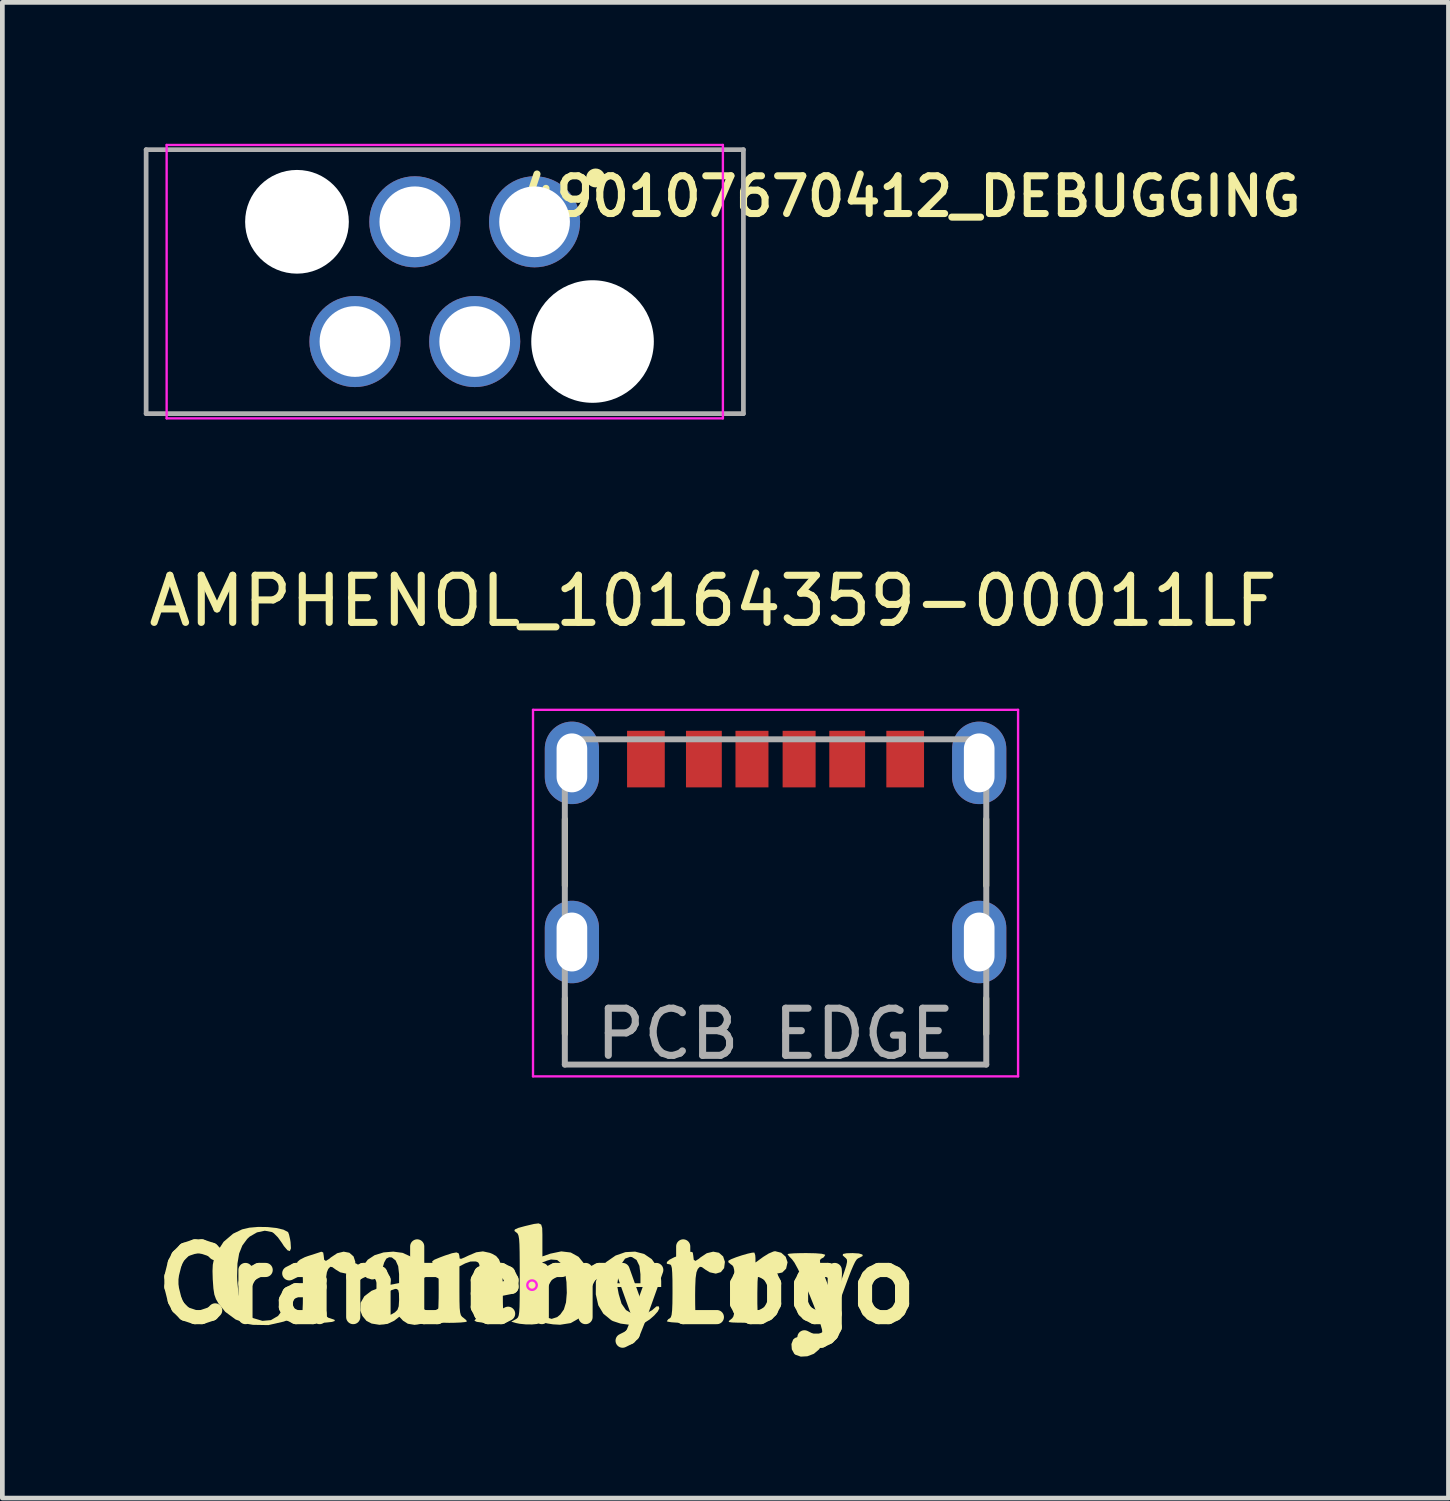
<source format=kicad_pcb>
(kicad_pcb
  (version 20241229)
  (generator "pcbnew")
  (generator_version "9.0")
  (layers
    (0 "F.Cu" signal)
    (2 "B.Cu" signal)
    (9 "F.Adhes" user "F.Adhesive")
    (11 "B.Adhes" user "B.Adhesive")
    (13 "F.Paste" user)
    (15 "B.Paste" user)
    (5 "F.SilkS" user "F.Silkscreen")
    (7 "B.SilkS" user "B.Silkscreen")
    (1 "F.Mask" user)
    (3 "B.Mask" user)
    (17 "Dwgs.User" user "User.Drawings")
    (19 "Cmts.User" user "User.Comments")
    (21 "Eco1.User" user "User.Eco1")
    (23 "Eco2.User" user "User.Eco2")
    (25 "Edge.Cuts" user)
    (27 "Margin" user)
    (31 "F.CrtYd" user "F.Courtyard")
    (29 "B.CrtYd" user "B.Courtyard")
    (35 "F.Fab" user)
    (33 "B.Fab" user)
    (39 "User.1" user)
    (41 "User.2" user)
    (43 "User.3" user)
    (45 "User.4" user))
  (footprint "CranberryLogo"
    (layer "F.Cu")
    (at 8.336 24.212)
    (property "Reference" "CranberryLogo" (at 0 0 0) (layer "F.SilkS") (effects (font (size 1.5 1.5) (thickness 0.3))))
    (attr board_only exclude_from_pos_files exclude_from_bom)
    (fp_poly (pts (xy 2.278 -0.661) (xy 2.439 -0.552) (xy 2.554 -0.392) (xy 2.606 -0.258) (xy 2.637 -0.128) (xy 2.64 -0.087) (xy 2.64 0.04) (xy 2.176 0.04) (xy 1.711 0.04) (xy 1.739 0.189) (xy 1.799 0.393) (xy 1.893 0.528) (xy 2.006 0.596) (xy 2.167 0.622) (xy 2.326 0.599) (xy 2.45 0.53) (xy 2.464 0.516) (xy 2.54 0.451) (xy 2.588 0.45) (xy 2.6 0.493) (xy 2.57 0.556) (xy 2.494 0.642) (xy 2.395 0.729) (xy 2.293 0.795) (xy 2.15 0.835) (xy 1.968 0.841) (xy 1.779 0.816) (xy 1.615 0.762) (xy 1.58 0.743) (xy 1.413 0.606) (xy 1.306 0.428) (xy 1.253 0.196) (xy 1.253 0.189) (xy 1.254 -0.04) (xy 1.711 -0.04) (xy 1.955 -0.04) (xy 2.2 -0.04) (xy 2.2 -0.231) (xy 2.178 -0.409) (xy 2.117 -0.534) (xy 2.021 -0.595) (xy 1.979 -0.6) (xy 1.874 -0.562) (xy 1.796 -0.45) (xy 1.744 -0.264) (xy 1.739 -0.23) (xy 1.711 -0.04) (xy 1.254 -0.04) (xy 1.254 -0.071) (xy 1.318 -0.286) (xy 1.447 -0.464) (xy 1.478 -0.493) (xy 1.673 -0.628) (xy 1.881 -0.7) (xy 2.087 -0.711)) (stroke (width 0) (type solid)) (fill yes) (layer "F.SilkS"))
    (fp_poly (pts (xy -3.975 -0.687) (xy -3.886 -0.609) (xy -3.848 -0.494) (xy -3.865 -0.361) (xy -3.934 -0.276) (xy -4.041 -0.244) (xy -4.17 -0.272) (xy -4.26 -0.327) (xy -4.336 -0.382) (xy -4.379 -0.389) (xy -4.418 -0.349) (xy -4.425 -0.339) (xy -4.452 -0.271) (xy -4.47 -0.147) (xy -4.478 0.042) (xy -4.48 0.207) (xy -4.479 0.407) (xy -4.476 0.542) (xy -4.467 0.624) (xy -4.449 0.67) (xy -4.42 0.692) (xy -4.38 0.704) (xy -4.293 0.734) (xy -4.282 0.76) (xy -4.342 0.78) (xy -4.468 0.794) (xy -4.657 0.8) (xy -4.68 0.8) (xy -4.848 0.797) (xy -4.981 0.788) (xy -5.063 0.775) (xy -5.08 0.764) (xy -5.048 0.721) (xy -5.02 0.706) (xy -4.996 0.683) (xy -4.979 0.63) (xy -4.968 0.535) (xy -4.962 0.385) (xy -4.96 0.17) (xy -4.96 0.121) (xy -4.961 -0.105) (xy -4.966 -0.262) (xy -4.974 -0.363) (xy -4.989 -0.418) (xy -5.01 -0.439) (xy -5.02 -0.44) (xy -5.081 -0.454) (xy -5.079 -0.491) (xy -5.023 -0.54) (xy -4.922 -0.592) (xy -4.85 -0.618) (xy -4.718 -0.66) (xy -4.614 -0.694) (xy -4.57 -0.709) (xy -4.53 -0.693) (xy -4.52 -0.631) (xy -4.509 -0.537) (xy -4.472 -0.514) (xy -4.4 -0.559) (xy -4.371 -0.585) (xy -4.233 -0.677) (xy -4.096 -0.71)) (stroke (width 0) (type solid)) (fill yes) (layer "F.SilkS"))
    (fp_poly (pts (xy 3.865 -0.687) (xy 3.954 -0.609) (xy 3.992 -0.494) (xy 3.975 -0.361) (xy 3.906 -0.276) (xy 3.799 -0.244) (xy 3.67 -0.272) (xy 3.58 -0.327) (xy 3.504 -0.382) (xy 3.461 -0.389) (xy 3.422 -0.349) (xy 3.415 -0.339) (xy 3.388 -0.271) (xy 3.37 -0.147) (xy 3.362 0.042) (xy 3.36 0.207) (xy 3.361 0.407) (xy 3.364 0.542) (xy 3.373 0.624) (xy 3.391 0.67) (xy 3.42 0.692) (xy 3.46 0.704) (xy 3.547 0.734) (xy 3.558 0.76) (xy 3.498 0.78) (xy 3.372 0.794) (xy 3.183 0.8) (xy 3.16 0.8) (xy 2.992 0.797) (xy 2.859 0.788) (xy 2.777 0.775) (xy 2.76 0.764) (xy 2.792 0.721) (xy 2.82 0.706) (xy 2.844 0.683) (xy 2.861 0.63) (xy 2.872 0.535) (xy 2.878 0.385) (xy 2.88 0.17) (xy 2.88 0.121) (xy 2.879 -0.105) (xy 2.874 -0.262) (xy 2.866 -0.363) (xy 2.851 -0.418) (xy 2.83 -0.439) (xy 2.82 -0.44) (xy 2.759 -0.454) (xy 2.761 -0.491) (xy 2.817 -0.54) (xy 2.918 -0.592) (xy 2.99 -0.618) (xy 3.122 -0.66) (xy 3.226 -0.694) (xy 3.27 -0.709) (xy 3.31 -0.693) (xy 3.32 -0.631) (xy 3.331 -0.537) (xy 3.368 -0.514) (xy 3.44 -0.559) (xy 3.469 -0.585) (xy 3.607 -0.677) (xy 3.744 -0.71)) (stroke (width 0) (type solid)) (fill yes) (layer "F.SilkS"))
    (fp_poly (pts (xy 5.186 -0.687) (xy 5.281 -0.603) (xy 5.32 -0.487) (xy 5.32 -0.481) (xy 5.29 -0.349) (xy 5.209 -0.268) (xy 5.095 -0.244) (xy 4.964 -0.284) (xy 4.904 -0.324) (xy 4.823 -0.377) (xy 4.764 -0.385) (xy 4.723 -0.341) (xy 4.697 -0.239) (xy 4.684 -0.072) (xy 4.68 0.168) (xy 4.68 0.184) (xy 4.68 0.39) (xy 4.684 0.53) (xy 4.692 0.617) (xy 4.708 0.666) (xy 4.736 0.69) (xy 4.776 0.703) (xy 4.78 0.704) (xy 4.867 0.734) (xy 4.879 0.759) (xy 4.819 0.779) (xy 4.692 0.793) (xy 4.501 0.798) (xy 4.45 0.798) (xy 4.262 0.796) (xy 4.144 0.792) (xy 4.083 0.783) (xy 4.071 0.768) (xy 4.095 0.744) (xy 4.11 0.733) (xy 4.146 0.703) (xy 4.171 0.665) (xy 4.187 0.603) (xy 4.196 0.504) (xy 4.199 0.353) (xy 4.2 0.137) (xy 4.199 -0.08) (xy 4.196 -0.23) (xy 4.187 -0.328) (xy 4.172 -0.387) (xy 4.148 -0.421) (xy 4.116 -0.442) (xy 4.064 -0.487) (xy 4.066 -0.518) (xy 4.124 -0.55) (xy 4.228 -0.591) (xy 4.354 -0.633) (xy 4.476 -0.668) (xy 4.572 -0.689) (xy 4.617 -0.69) (xy 4.635 -0.636) (xy 4.64 -0.573) (xy 4.64 -0.479) (xy 4.806 -0.6) (xy 4.919 -0.67) (xy 5.02 -0.713) (xy 5.057 -0.72)) (stroke (width 0) (type solid)) (fill yes) (layer "F.SilkS"))
    (fp_poly (pts (xy -5.709 -1.232) (xy -5.523 -1.212) (xy -5.371 -1.176) (xy -5.275 -1.125) (xy -5.275 -1.125) (xy -5.255 -1.073) (xy -5.232 -0.972) (xy -5.222 -0.91) (xy -5.214 -0.78) (xy -5.237 -0.723) (xy -5.287 -0.739) (xy -5.363 -0.828) (xy -5.41 -0.901) (xy -5.491 -1.014) (xy -5.577 -1.1) (xy -5.616 -1.126) (xy -5.768 -1.154) (xy -5.934 -1.119) (xy -6.09 -1.029) (xy -6.142 -0.98) (xy -6.245 -0.841) (xy -6.313 -0.671) (xy -6.349 -0.458) (xy -6.356 -0.187) (xy -6.353 -0.092) (xy -6.326 0.195) (xy -6.269 0.414) (xy -6.18 0.573) (xy -6.053 0.68) (xy -6.017 0.699) (xy -5.818 0.758) (xy -5.639 0.742) (xy -5.487 0.653) (xy -5.37 0.493) (xy -5.338 0.42) (xy -5.291 0.315) (xy -5.25 0.25) (xy -5.235 0.24) (xy -5.216 0.276) (xy -5.204 0.371) (xy -5.2 0.477) (xy -5.2 0.713) (xy -5.37 0.774) (xy -5.693 0.848) (xy -6.023 0.842) (xy -6.126 0.824) (xy -6.386 0.73) (xy -6.607 0.567) (xy -6.749 0.393) (xy -6.804 0.298) (xy -6.839 0.2) (xy -6.859 0.072) (xy -6.872 -0.11) (xy -6.873 -0.12) (xy -6.878 -0.302) (xy -6.872 -0.432) (xy -6.85 -0.539) (xy -6.807 -0.651) (xy -6.79 -0.69) (xy -6.643 -0.919) (xy -6.44 -1.092) (xy -6.25 -1.183) (xy -6.095 -1.219) (xy -5.908 -1.235)) (stroke (width 0) (type solid)) (fill yes) (layer "F.SilkS"))
    (fp_poly (pts (xy 6.832 -0.672) (xy 6.907 -0.65) (xy 6.916 -0.619) (xy 6.854 -0.585) (xy 6.844 -0.581) (xy 6.814 -0.567) (xy 6.785 -0.541) (xy 6.753 -0.492) (xy 6.714 -0.411) (xy 6.663 -0.291) (xy 6.598 -0.121) (xy 6.513 0.108) (xy 6.421 0.36) (xy 6.296 0.696) (xy 6.191 0.96) (xy 6.104 1.16) (xy 6.032 1.299) (xy 5.989 1.363) (xy 5.88 1.456) (xy 5.742 1.509) (xy 5.602 1.517) (xy 5.486 1.476) (xy 5.463 1.457) (xy 5.411 1.362) (xy 5.403 1.25) (xy 5.439 1.155) (xy 5.477 1.121) (xy 5.584 1.084) (xy 5.682 1.104) (xy 5.795 1.182) (xy 5.916 1.284) (xy 5.974 1.192) (xy 6.029 1.087) (xy 6.058 1.013) (xy 6.052 0.945) (xy 6.017 0.819) (xy 5.959 0.649) (xy 5.885 0.451) (xy 5.8 0.238) (xy 5.71 0.024) (xy 5.62 -0.176) (xy 5.538 -0.347) (xy 5.468 -0.476) (xy 5.416 -0.547) (xy 5.415 -0.548) (xy 5.35 -0.615) (xy 5.32 -0.657) (xy 5.32 -0.658) (xy 5.357 -0.667) (xy 5.457 -0.675) (xy 5.604 -0.679) (xy 5.72 -0.68) (xy 5.914 -0.676) (xy 6.048 -0.665) (xy 6.114 -0.647) (xy 6.12 -0.639) (xy 6.088 -0.59) (xy 6.06 -0.574) (xy 6.025 -0.555) (xy 6.008 -0.523) (xy 6.012 -0.465) (xy 6.04 -0.368) (xy 6.094 -0.22) (xy 6.154 -0.065) (xy 6.307 0.331) (xy 6.461 -0.1) (xy 6.526 -0.287) (xy 6.566 -0.413) (xy 6.583 -0.493) (xy 6.58 -0.541) (xy 6.558 -0.571) (xy 6.547 -0.58) (xy 6.491 -0.63) (xy 6.497 -0.661) (xy 6.571 -0.676) (xy 6.7 -0.68)) (stroke (width 0) (type solid)) (fill yes) (layer "F.SilkS"))
    (fp_poly (pts (xy 0.094 -1.285) (xy 0.116 -1.212) (xy 0.12 -1.077) (xy 0.12 -0.965) (xy 0.12 -0.609) (xy 0.29 -0.668) (xy 0.521 -0.716) (xy 0.722 -0.692) (xy 0.888 -0.6) (xy 1.013 -0.446) (xy 1.092 -0.234) (xy 1.12 0.032) (xy 1.12 0.037) (xy 1.095 0.321) (xy 1.019 0.544) (xy 0.894 0.706) (xy 0.721 0.805) (xy 0.499 0.84) (xy 0.488 0.84) (xy 0.347 0.832) (xy 0.224 0.813) (xy 0.184 0.802) (xy 0.092 0.784) (xy 0.059 0.802) (xy 0.007 0.824) (xy -0.098 0.834) (xy -0.23 0.833) (xy -0.361 0.82) (xy -0.44 0.804) (xy -0.54 0.775) (xy -0.45 0.726) (xy -0.421 0.708) (xy -0.398 0.683) (xy -0.382 0.641) (xy -0.372 0.572) (xy -0.365 0.464) (xy -0.362 0.308) (xy -0.36 0.093) (xy -0.36 -0.191) (xy -0.36 -0.199) (xy -0.361 -0.482) (xy 0.12 -0.482) (xy 0.12 0.077) (xy 0.121 0.302) (xy 0.125 0.461) (xy 0.134 0.565) (xy 0.149 0.628) (xy 0.172 0.664) (xy 0.19 0.677) (xy 0.316 0.716) (xy 0.434 0.678) (xy 0.499 0.624) (xy 0.576 0.515) (xy 0.621 0.366) (xy 0.638 0.164) (xy 0.631 -0.063) (xy 0.598 -0.293) (xy 0.532 -0.45) (xy 0.433 -0.533) (xy 0.302 -0.544) (xy 0.225 -0.522) (xy 0.12 -0.482) (xy -0.361 -0.482) (xy -0.361 -0.488) (xy -0.363 -0.707) (xy -0.367 -0.866) (xy -0.374 -0.976) (xy -0.386 -1.047) (xy -0.402 -1.088) (xy -0.423 -1.111) (xy -0.43 -1.115) (xy -0.474 -1.15) (xy -0.464 -1.181) (xy -0.391 -1.214) (xy -0.248 -1.253) (xy -0.214 -1.261) (xy -0.058 -1.298) (xy 0.04 -1.31)) (stroke (width 0) (type solid)) (fill yes) (layer "F.SilkS"))
    (fp_poly (pts (xy -2.847 -0.685) (xy -2.688 -0.613) (xy -2.685 -0.611) (xy -2.602 -0.537) (xy -2.544 -0.452) (xy -2.507 -0.34) (xy -2.488 -0.184) (xy -2.481 0.03) (xy -2.481 0.105) (xy -2.478 0.316) (xy -2.468 0.461) (xy -2.445 0.554) (xy -2.406 0.608) (xy -2.346 0.636) (xy -2.301 0.646) (xy -2.252 0.66) (xy -2.257 0.688) (xy -2.318 0.749) (xy -2.319 0.75) (xy -2.442 0.82) (xy -2.591 0.843) (xy -2.735 0.819) (xy -2.836 0.755) (xy -2.915 0.67) (xy -3.023 0.755) (xy -3.164 0.822) (xy -3.335 0.842) (xy -3.503 0.815) (xy -3.613 0.758) (xy -3.699 0.653) (xy -3.743 0.538) (xy -3.738 0.404) (xy -3.32 0.404) (xy -3.295 0.499) (xy -3.234 0.588) (xy -3.161 0.637) (xy -3.143 0.64) (xy -3.079 0.619) (xy -3.009 0.578) (xy -2.955 0.525) (xy -2.928 0.448) (xy -2.92 0.321) (xy -2.92 0.298) (xy -2.923 0.172) (xy -2.938 0.106) (xy -2.972 0.082) (xy -3.003 0.08) (xy -3.095 0.112) (xy -3.195 0.192) (xy -3.278 0.293) (xy -3.319 0.39) (xy -3.32 0.404) (xy -3.738 0.404) (xy -3.737 0.376) (xy -3.657 0.236) (xy -3.506 0.121) (xy -3.288 0.034) (xy -3.157 0.003) (xy -2.92 -0.044) (xy -2.92 -0.233) (xy -2.939 -0.401) (xy -2.993 -0.523) (xy -3.073 -0.587) (xy -3.131 -0.592) (xy -3.191 -0.562) (xy -3.236 -0.481) (xy -3.265 -0.384) (xy -3.313 -0.237) (xy -3.374 -0.155) (xy -3.461 -0.123) (xy -3.502 -0.121) (xy -3.605 -0.151) (xy -3.666 -0.232) (xy -3.68 -0.342) (xy -3.644 -0.46) (xy -3.585 -0.539) (xy -3.438 -0.636) (xy -3.249 -0.694) (xy -3.043 -0.711)) (stroke (width 0) (type solid)) (fill yes) (layer "F.SilkS"))
    (fp_poly (pts (xy -0.996 -0.685) (xy -0.944 -0.664) (xy -0.862 -0.618) (xy -0.802 -0.548) (xy -0.761 -0.444) (xy -0.736 -0.295) (xy -0.723 -0.087) (xy -0.72 0.167) (xy -0.718 0.386) (xy -0.713 0.537) (xy -0.702 0.633) (xy -0.684 0.685) (xy -0.66 0.706) (xy -0.599 0.741) (xy -0.615 0.769) (xy -0.703 0.788) (xy -0.86 0.799) (xy -0.96 0.8) (xy -1.149 0.795) (xy -1.271 0.779) (xy -1.322 0.755) (xy -1.299 0.723) (xy -1.26 0.706) (xy -1.236 0.684) (xy -1.219 0.632) (xy -1.208 0.538) (xy -1.202 0.391) (xy -1.2 0.179) (xy -1.2 0.102) (xy -1.2 -0.124) (xy -1.203 -0.283) (xy -1.209 -0.387) (xy -1.222 -0.448) (xy -1.242 -0.481) (xy -1.273 -0.496) (xy -1.296 -0.502) (xy -1.404 -0.501) (xy -1.516 -0.462) (xy -1.64 -0.398) (xy -1.64 0.121) (xy -1.639 0.335) (xy -1.635 0.483) (xy -1.625 0.579) (xy -1.609 0.638) (xy -1.583 0.672) (xy -1.56 0.689) (xy -1.498 0.74) (xy -1.48 0.77) (xy -1.517 0.783) (xy -1.617 0.793) (xy -1.762 0.799) (xy -1.86 0.8) (xy -2.039 0.796) (xy -2.168 0.785) (xy -2.234 0.768) (xy -2.24 0.76) (xy -2.208 0.724) (xy -2.184 0.72) (xy -2.144 0.709) (xy -2.116 0.67) (xy -2.097 0.592) (xy -2.086 0.463) (xy -2.081 0.274) (xy -2.08 0.098) (xy -2.081 -0.11) (xy -2.085 -0.252) (xy -2.095 -0.342) (xy -2.112 -0.396) (xy -2.14 -0.427) (xy -2.163 -0.442) (xy -2.213 -0.475) (xy -2.218 -0.505) (xy -2.17 -0.54) (xy -2.059 -0.586) (xy -1.95 -0.627) (xy -1.797 -0.677) (xy -1.703 -0.694) (xy -1.656 -0.674) (xy -1.64 -0.618) (xy -1.64 -0.603) (xy -1.634 -0.564) (xy -1.603 -0.558) (xy -1.532 -0.587) (xy -1.453 -0.625) (xy -1.283 -0.697) (xy -1.141 -0.716)) (stroke (width 0) (type solid)) (fill yes) (layer "F.SilkS"))
    (fp_circle (center -0.1 0) (end 0 0) (stroke (width 0.05) (type default)) (fill no) (layer "F.CrtYd")))
  (footprint "490107670412_DEBUGGING"
    (layer "F.Cu")
    (at 6.385 2.925)
    (property "Reference" "490107670412_DEBUGGING" (at 9.88 -1.808 0) (layer "F.SilkS") (effects (font (size 0.8 0.8) (thickness 0.15))))
    (attr through_hole)
    (fp_circle (center 3.2 -2.2) (end 3.3 -2.2) (stroke (width 0.2) (type solid)) (fill no) (layer "F.SilkS"))
    (fp_line (start -5.9 -2.9) (end 5.9 -2.9) (stroke (width 0.05) (type default)) (layer "F.CrtYd"))
    (fp_line (start -5.9 2.9) (end -5.9 -2.9) (stroke (width 0.05) (type default)) (layer "F.CrtYd"))
    (fp_line (start 5.9 -2.9) (end 5.9 2.9) (stroke (width 0.05) (type default)) (layer "F.CrtYd"))
    (fp_line (start 5.9 2.9) (end -5.9 2.9) (stroke (width 0.05) (type default)) (layer "F.CrtYd"))
    (fp_line (start -6.335 -2.8) (end 6.335 -2.8) (stroke (width 0.1) (type solid)) (layer "F.Fab"))
    (fp_line (start -6.335 2.8) (end -6.335 -2.8) (stroke (width 0.1) (type solid)) (layer "F.Fab"))
    (fp_line (start 6.335 -2.8) (end 6.335 2.8) (stroke (width 0.1) (type solid)) (layer "F.Fab"))
    (fp_line (start 6.335 2.8) (end -6.335 2.8) (stroke (width 0.1) (type solid)) (layer "F.Fab"))
    (pad "" np_thru_hole circle (at -3.135 -1.27) (size 2.2 2.2) (drill 2.2) (layers "*.Cu" "*.Mask"))
    (pad "" np_thru_hole circle (at 3.135 1.27) (size 2.6 2.6) (drill 2.6) (layers "*.Cu" "*.Mask"))
    (pad "1" thru_hole circle (at 1.905 -1.27) (size 1.932 1.932) (drill 1.5) (layers "*.Cu" "*.Mask"))
    (pad "2" thru_hole circle (at 0.635 1.27) (size 1.932 1.932) (drill 1.5) (layers "*.Cu" "*.Mask"))
    (pad "3" thru_hole circle (at -0.635 -1.27) (size 1.932 1.932) (drill 1.5) (layers "*.Cu" "*.Mask"))
    (pad "4" thru_hole circle (at -1.905 1.27) (size 1.932 1.932) (drill 1.5) (layers "*.Cu" "*.Mask")))
  (footprint "AMPHENOL_10164359-00011LF"
    (layer "F.Cu")
    (at 13.402 16.083)
    (property "Reference" "AMPHENOL_10164359-00011LF" (at -1.325 -6.385 0) (layer "F.SilkS") (effects (font (size 1 1) (thickness 0.15))))
    (attr through_hole)
    (fp_line (start -4.47 -1.755) (end -4.47 -0.345) (stroke (width 0.127) (type solid)) (layer "F.SilkS"))
    (fp_line (start -4.47 2.8) (end -4.47 2.045) (stroke (width 0.127) (type solid)) (layer "F.SilkS"))
    (fp_line (start 4.47 -1.755) (end 4.47 -0.345) (stroke (width 0.127) (type solid)) (layer "F.SilkS"))
    (fp_line (start 4.47 2.8) (end 4.47 2.045) (stroke (width 0.127) (type solid)) (layer "F.SilkS"))
    (fp_line (start -5.145 -4.075) (end -5.145 3.7) (stroke (width 0.05) (type solid)) (layer "F.CrtYd"))
    (fp_line (start -5.145 3.7) (end 5.145 3.7) (stroke (width 0.05) (type solid)) (layer "F.CrtYd"))
    (fp_line (start 5.145 -4.075) (end -5.145 -4.075) (stroke (width 0.05) (type solid)) (layer "F.CrtYd"))
    (fp_line (start 5.145 3.7) (end 5.145 -4.075) (stroke (width 0.05) (type solid)) (layer "F.CrtYd"))
    (fp_line (start -4.47 -3.45) (end 4.47 -3.45) (stroke (width 0.127) (type solid)) (layer "F.Fab"))
    (fp_line (start -4.47 3.45) (end -4.47 -3.45) (stroke (width 0.127) (type solid)) (layer "F.Fab"))
    (fp_line (start 4.47 -3.45) (end 4.47 3.45) (stroke (width 0.127) (type solid)) (layer "F.Fab"))
    (fp_line (start 4.47 3.45) (end -4.47 3.45) (stroke (width 0.127) (type solid)) (layer "F.Fab"))
    (fp_text user "PCB EDGE" (at 0 2.8 0) (layer "F.Fab") (effects (font (size 1 1) (thickness 0.15))))
    (pad "A5" smd rect (at -0.5 -3.03) (size 0.7 1.2) (layers "F.Cu" "F.Mask" "F.Paste"))
    (pad "A9" smd rect (at 1.52 -3.03) (size 0.76 1.2) (layers "F.Cu" "F.Mask" "F.Paste"))
    (pad "A12" smd rect (at 2.75 -3.03) (size 0.8 1.2) (layers "F.Cu" "F.Mask" "F.Paste"))
    (pad "B5" smd rect (at 0.5 -3.03) (size 0.7 1.2) (layers "F.Cu" "F.Mask" "F.Paste"))
    (pad "B9" smd rect (at -1.52 -3.03) (size 0.76 1.2) (layers "F.Cu" "F.Mask" "F.Paste"))
    (pad "B12" smd rect (at -2.75 -3.03) (size 0.8 1.2) (layers "F.Cu" "F.Mask" "F.Paste"))
    (pad "SH1" thru_hole oval (at -4.32 -2.95) (size 1.15 1.75) (drill oval 0.65 1.25) (layers "*.Cu" "*.Mask"))
    (pad "SH2" thru_hole oval (at 4.32 -2.95) (size 1.15 1.75) (drill oval 0.65 1.25) (layers "*.Cu" "*.Mask"))
    (pad "SH3" thru_hole oval (at -4.32 0.85) (size 1.15 1.75) (drill oval 0.65 1.25) (layers "*.Cu" "*.Mask"))
    (pad "SH4" thru_hole oval (at 4.32 0.85) (size 1.15 1.75) (drill oval 0.65 1.25) (layers "*.Cu" "*.Mask")))
  (gr_rect
    (start -3 -3)
    (end 27.677 28.729)
    (stroke (width 0.1) (type default))
    (fill no)
    (layer "Edge.Cuts")))
</source>
